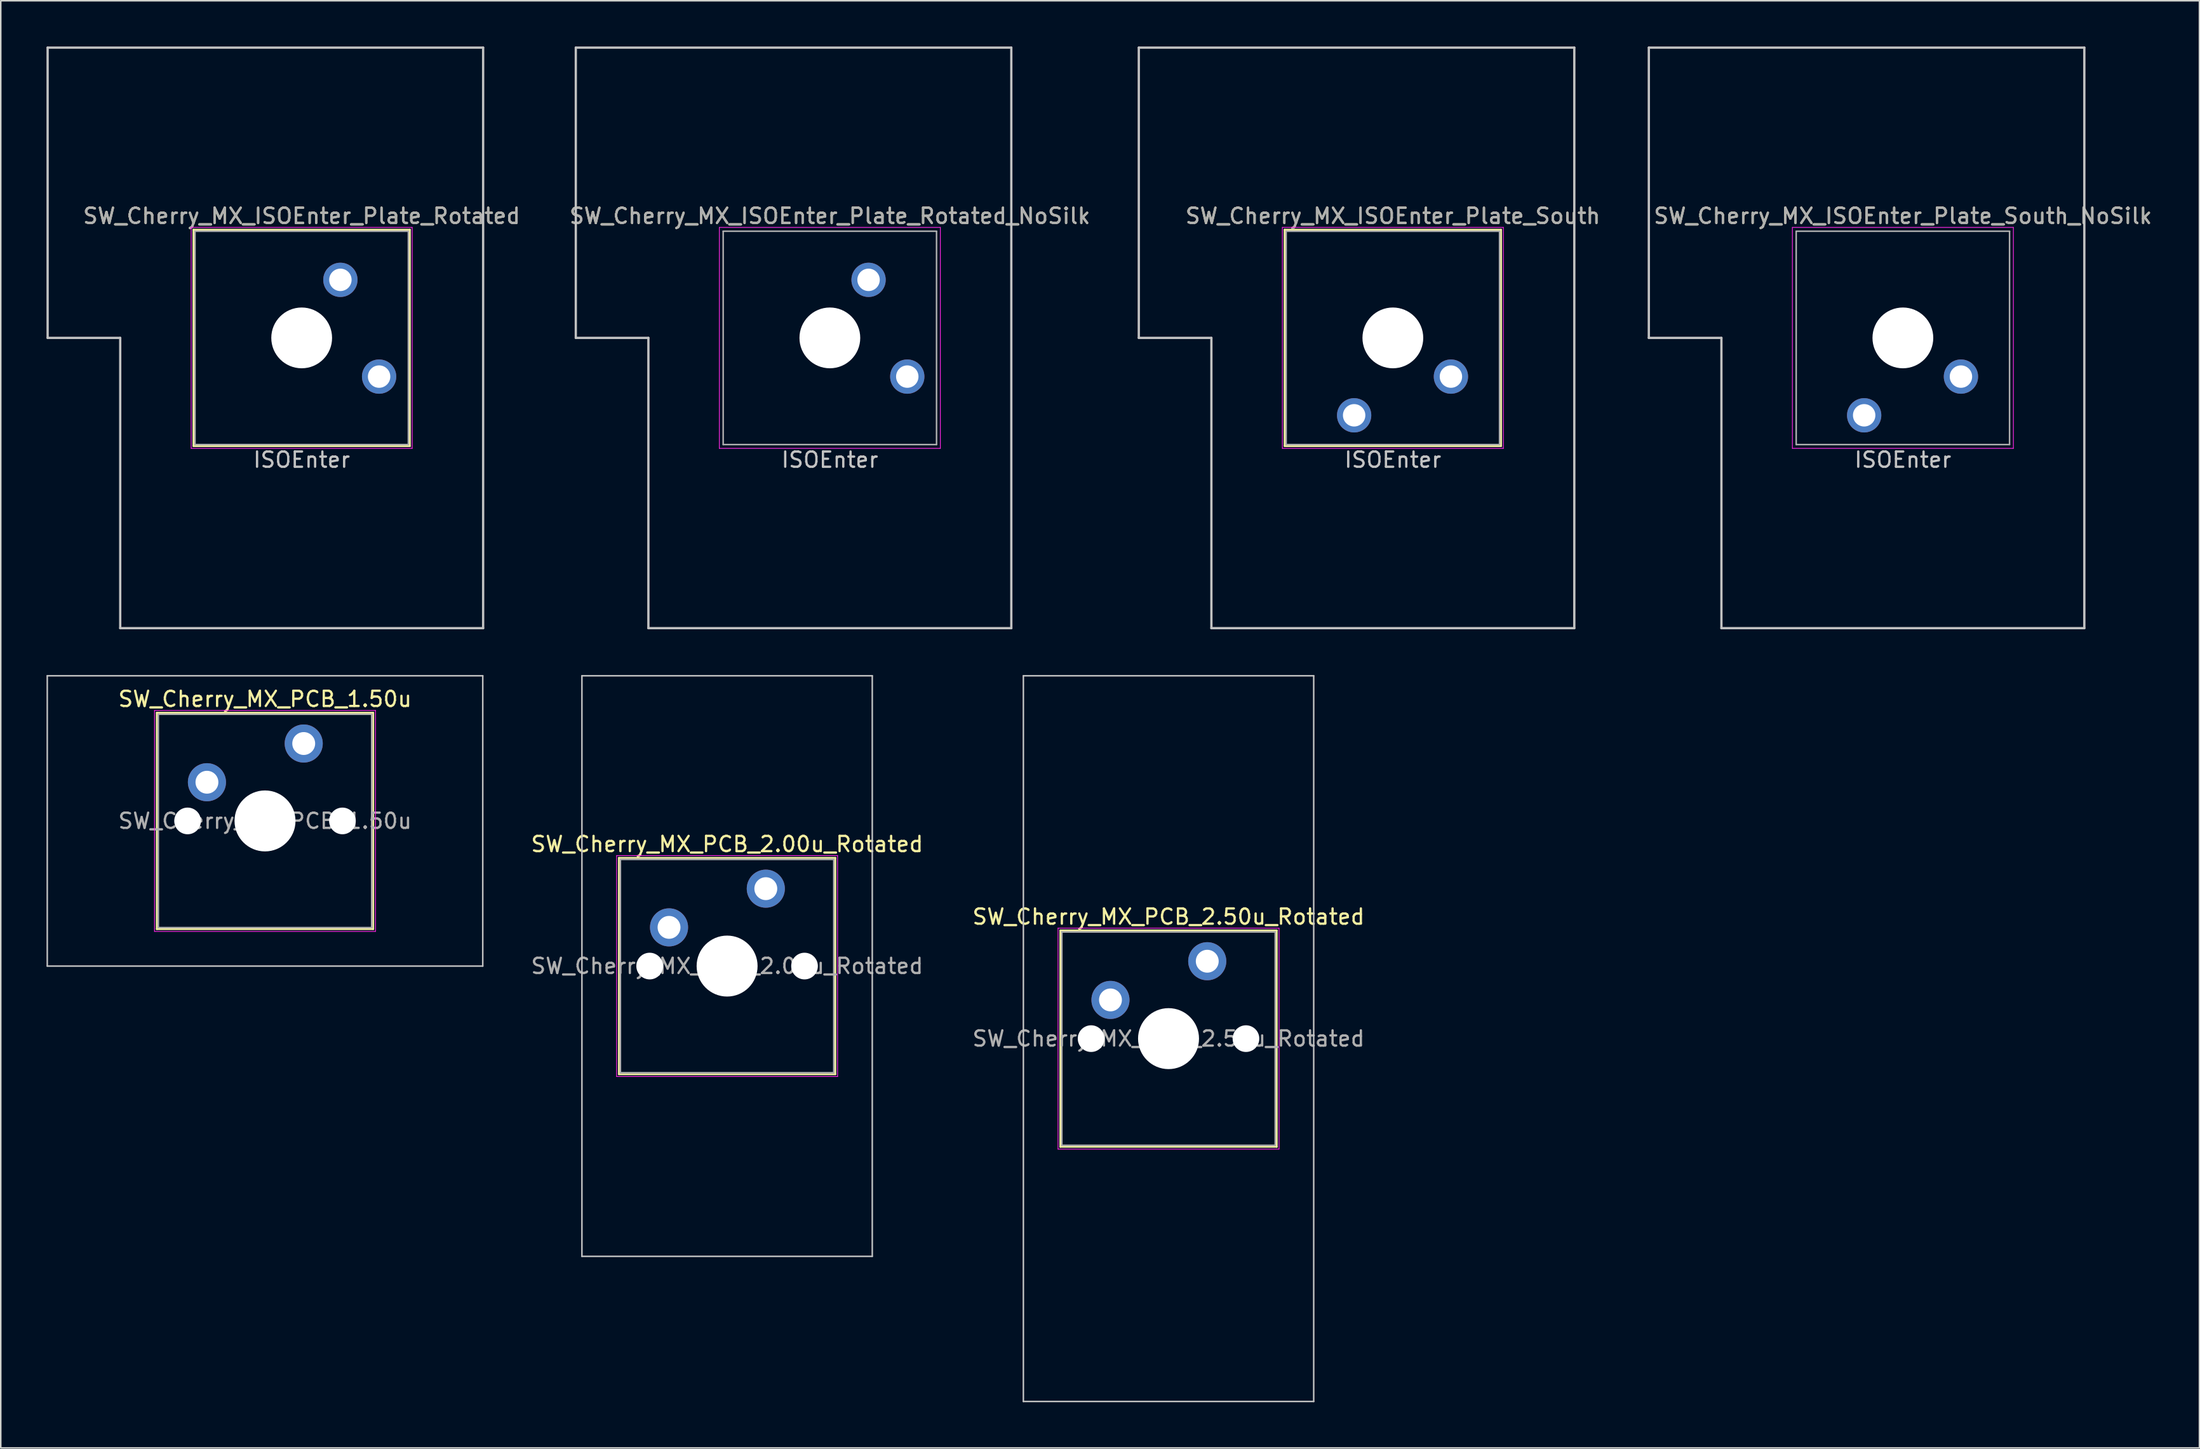
<source format=kicad_pcb>
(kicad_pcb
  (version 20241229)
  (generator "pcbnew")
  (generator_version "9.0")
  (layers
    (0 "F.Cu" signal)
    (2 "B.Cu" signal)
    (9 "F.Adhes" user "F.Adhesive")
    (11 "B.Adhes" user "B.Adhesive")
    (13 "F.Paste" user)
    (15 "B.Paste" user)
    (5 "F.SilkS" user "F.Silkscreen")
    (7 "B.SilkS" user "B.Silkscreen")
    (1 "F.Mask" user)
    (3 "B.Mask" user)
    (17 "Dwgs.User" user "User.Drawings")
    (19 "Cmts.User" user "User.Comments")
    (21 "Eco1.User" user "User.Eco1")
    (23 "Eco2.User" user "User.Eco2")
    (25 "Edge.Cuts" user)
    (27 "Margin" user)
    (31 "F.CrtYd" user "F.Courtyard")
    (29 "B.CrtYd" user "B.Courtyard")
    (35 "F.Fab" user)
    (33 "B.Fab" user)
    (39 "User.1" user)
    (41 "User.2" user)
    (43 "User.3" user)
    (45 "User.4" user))
  (footprint "SW_Cherry_MX_ISOEnter_Plate_South_NoSilk"
    (layer "F.Cu")
    (at 121.803 19.125)
    (property "Reference" "SW_Cherry_MX_ISOEnter_Plate_South_NoSilk" (at 0 -8 0) (layer "F.SilkS") (effects (font (size 1 1) (thickness 0.15))))
    (attr through_hole)
    (fp_line (start -16.669 -19.05) (end -16.669 0) (stroke (width 0.15) (type solid)) (layer "Dwgs.User"))
    (fp_line (start -16.669 -19.05) (end 11.906 -19.05) (stroke (width 0.15) (type solid)) (layer "Dwgs.User"))
    (fp_line (start -11.906 0) (end -16.669 0) (stroke (width 0.15) (type solid)) (layer "Dwgs.User"))
    (fp_line (start -11.906 19.05) (end -11.906 0) (stroke (width 0.15) (type solid)) (layer "Dwgs.User"))
    (fp_line (start -11.906 19.05) (end 11.906 19.05) (stroke (width 0.15) (type solid)) (layer "Dwgs.User"))
    (fp_line (start 11.906 -19.05) (end 11.906 19.05) (stroke (width 0.15) (type solid)) (layer "Dwgs.User"))
    (fp_line (start -7.25 -7.25) (end 7.25 -7.25) (stroke (width 0.05) (type solid)) (layer "F.CrtYd"))
    (fp_line (start -7.25 7.25) (end -7.25 -7.25) (stroke (width 0.05) (type solid)) (layer "F.CrtYd"))
    (fp_line (start 7.25 -7.25) (end 7.25 7.25) (stroke (width 0.05) (type solid)) (layer "F.CrtYd"))
    (fp_line (start 7.25 7.25) (end -7.25 7.25) (stroke (width 0.05) (type solid)) (layer "F.CrtYd"))
    (fp_line (start -7 -7) (end 7 -7) (stroke (width 0.1) (type solid)) (layer "F.Fab"))
    (fp_line (start -7 7) (end -7 -7) (stroke (width 0.1) (type solid)) (layer "F.Fab"))
    (fp_line (start 7 -7) (end 7 7) (stroke (width 0.1) (type solid)) (layer "F.Fab"))
    (fp_line (start 7 7) (end -7 7) (stroke (width 0.1) (type solid)) (layer "F.Fab"))
    (fp_text user "ISOEnter" (at 0 8 0) (layer "Dwgs.User") (effects (font (size 1 1) (thickness 0.15))))
    (fp_text user "${REFERENCE}" (at 0 -8 0) (layer "F.Fab") (effects (font (size 1 1) (thickness 0.15))))
    (pad "" np_thru_hole circle (at 0 0 180) (size 3.988 3.988) (drill 3.988) (layers "*.Cu" "*.Mask"))
    (pad "1" thru_hole circle (at 3.81 2.54 180) (size 2.25 2.25) (drill 1.47) (layers "*.Cu" "B.Mask"))
    (pad "2" thru_hole circle (at -2.54 5.08 180) (size 2.25 2.25) (drill 1.47) (layers "*.Cu" "B.Mask")))
  (footprint "SW_Cherry_MX_PCB_2.00u_Rotated"
    (layer "F.Cu")
    (at 44.657 60.35)
    (property "Reference" "SW_Cherry_MX_PCB_2.00u_Rotated" (at 0 -8 0) (layer "F.SilkS") (effects (font (size 1 1) (thickness 0.15))))
    (attr through_hole)
    (fp_line (start -7.1 -7.1) (end -7.1 7.1) (stroke (width 0.12) (type solid)) (layer "F.SilkS"))
    (fp_line (start -7.1 7.1) (end 7.1 7.1) (stroke (width 0.12) (type solid)) (layer "F.SilkS"))
    (fp_line (start 7.1 -7.1) (end -7.1 -7.1) (stroke (width 0.12) (type solid)) (layer "F.SilkS"))
    (fp_line (start 7.1 7.1) (end 7.1 -7.1) (stroke (width 0.12) (type solid)) (layer "F.SilkS"))
    (fp_line (start -9.525 -19.05) (end -9.525 19.05) (stroke (width 0.1) (type solid)) (layer "Dwgs.User"))
    (fp_line (start -9.525 19.05) (end 9.525 19.05) (stroke (width 0.1) (type solid)) (layer "Dwgs.User"))
    (fp_line (start 9.525 -19.05) (end -9.525 -19.05) (stroke (width 0.1) (type solid)) (layer "Dwgs.User"))
    (fp_line (start 9.525 19.05) (end 9.525 -19.05) (stroke (width 0.1) (type solid)) (layer "Dwgs.User"))
    (fp_line (start -7.25 -7.25) (end -7.25 7.25) (stroke (width 0.05) (type solid)) (layer "F.CrtYd"))
    (fp_line (start -7.25 7.25) (end 7.25 7.25) (stroke (width 0.05) (type solid)) (layer "F.CrtYd"))
    (fp_line (start 7.25 -7.25) (end -7.25 -7.25) (stroke (width 0.05) (type solid)) (layer "F.CrtYd"))
    (fp_line (start 7.25 7.25) (end 7.25 -7.25) (stroke (width 0.05) (type solid)) (layer "F.CrtYd"))
    (fp_line (start -7 -7) (end -7 7) (stroke (width 0.1) (type solid)) (layer "F.Fab"))
    (fp_line (start -7 7) (end 7 7) (stroke (width 0.1) (type solid)) (layer "F.Fab"))
    (fp_line (start 7 -7) (end -7 -7) (stroke (width 0.1) (type solid)) (layer "F.Fab"))
    (fp_line (start 7 7) (end 7 -7) (stroke (width 0.1) (type solid)) (layer "F.Fab"))
    (fp_text user "${REFERENCE}" (at 0 0 0) (layer "F.Fab") (effects (font (size 1 1) (thickness 0.15))))
    (pad "" np_thru_hole circle (at -5.08 0) (size 1.75 1.75) (drill 1.75) (layers "*.Cu" "*.Mask"))
    (pad "" np_thru_hole circle (at 0 0) (size 4 4) (drill 4) (layers "*.Cu" "*.Mask"))
    (pad "" np_thru_hole circle (at 5.08 0) (size 1.75 1.75) (drill 1.75) (layers "*.Cu" "*.Mask"))
    (pad "1" thru_hole circle (at -3.81 -2.54) (size 2.5 2.5) (drill 1.5) (layers "*.Cu" "B.Mask"))
    (pad "2" thru_hole circle (at 2.54 -5.08) (size 2.5 2.5) (drill 1.5) (layers "*.Cu" "B.Mask")))
  (footprint "SW_Cherry_MX_PCB_2.50u_Rotated"
    (layer "F.Cu")
    (at 73.621 65.112)
    (property "Reference" "SW_Cherry_MX_PCB_2.50u_Rotated" (at 0 -8 0) (layer "F.SilkS") (effects (font (size 1 1) (thickness 0.15))))
    (attr through_hole)
    (fp_line (start -7.1 -7.1) (end -7.1 7.1) (stroke (width 0.12) (type solid)) (layer "F.SilkS"))
    (fp_line (start -7.1 7.1) (end 7.1 7.1) (stroke (width 0.12) (type solid)) (layer "F.SilkS"))
    (fp_line (start 7.1 -7.1) (end -7.1 -7.1) (stroke (width 0.12) (type solid)) (layer "F.SilkS"))
    (fp_line (start 7.1 7.1) (end 7.1 -7.1) (stroke (width 0.12) (type solid)) (layer "F.SilkS"))
    (fp_line (start -9.525 -23.812) (end -9.525 23.812) (stroke (width 0.1) (type solid)) (layer "Dwgs.User"))
    (fp_line (start -9.525 23.812) (end 9.525 23.812) (stroke (width 0.1) (type solid)) (layer "Dwgs.User"))
    (fp_line (start 9.525 -23.812) (end -9.525 -23.812) (stroke (width 0.1) (type solid)) (layer "Dwgs.User"))
    (fp_line (start 9.525 23.812) (end 9.525 -23.812) (stroke (width 0.1) (type solid)) (layer "Dwgs.User"))
    (fp_line (start -7.25 -7.25) (end -7.25 7.25) (stroke (width 0.05) (type solid)) (layer "F.CrtYd"))
    (fp_line (start -7.25 7.25) (end 7.25 7.25) (stroke (width 0.05) (type solid)) (layer "F.CrtYd"))
    (fp_line (start 7.25 -7.25) (end -7.25 -7.25) (stroke (width 0.05) (type solid)) (layer "F.CrtYd"))
    (fp_line (start 7.25 7.25) (end 7.25 -7.25) (stroke (width 0.05) (type solid)) (layer "F.CrtYd"))
    (fp_line (start -7 -7) (end -7 7) (stroke (width 0.1) (type solid)) (layer "F.Fab"))
    (fp_line (start -7 7) (end 7 7) (stroke (width 0.1) (type solid)) (layer "F.Fab"))
    (fp_line (start 7 -7) (end -7 -7) (stroke (width 0.1) (type solid)) (layer "F.Fab"))
    (fp_line (start 7 7) (end 7 -7) (stroke (width 0.1) (type solid)) (layer "F.Fab"))
    (fp_text user "${REFERENCE}" (at 0 0 0) (layer "F.Fab") (effects (font (size 1 1) (thickness 0.15))))
    (pad "" np_thru_hole circle (at -5.08 0) (size 1.75 1.75) (drill 1.75) (layers "*.Cu" "*.Mask"))
    (pad "" np_thru_hole circle (at 0 0) (size 4 4) (drill 4) (layers "*.Cu" "*.Mask"))
    (pad "" np_thru_hole circle (at 5.08 0) (size 1.75 1.75) (drill 1.75) (layers "*.Cu" "*.Mask"))
    (pad "1" thru_hole circle (at -3.81 -2.54) (size 2.5 2.5) (drill 1.5) (layers "*.Cu" "B.Mask"))
    (pad "2" thru_hole circle (at 2.54 -5.08) (size 2.5 2.5) (drill 1.5) (layers "*.Cu" "B.Mask")))
  (footprint "SW_Cherry_MX_ISOEnter_Plate_South"
    (layer "F.Cu")
    (at 88.339 19.125)
    (property "Reference" "SW_Cherry_MX_ISOEnter_Plate_South" (at 0 -8 0) (layer "F.SilkS") (effects (font (size 1 1) (thickness 0.15))))
    (attr through_hole)
    (fp_line (start -7.1 -7.1) (end 7.1 -7.1) (stroke (width 0.12) (type solid)) (layer "F.SilkS"))
    (fp_line (start -7.1 7.1) (end -7.1 -7.1) (stroke (width 0.12) (type solid)) (layer "F.SilkS"))
    (fp_line (start 7.1 -7.1) (end 7.1 7.1) (stroke (width 0.12) (type solid)) (layer "F.SilkS"))
    (fp_line (start 7.1 7.1) (end -7.1 7.1) (stroke (width 0.12) (type solid)) (layer "F.SilkS"))
    (fp_line (start -16.669 -19.05) (end -16.669 0) (stroke (width 0.15) (type solid)) (layer "Dwgs.User"))
    (fp_line (start -16.669 -19.05) (end 11.906 -19.05) (stroke (width 0.15) (type solid)) (layer "Dwgs.User"))
    (fp_line (start -11.906 0) (end -16.669 0) (stroke (width 0.15) (type solid)) (layer "Dwgs.User"))
    (fp_line (start -11.906 19.05) (end -11.906 0) (stroke (width 0.15) (type solid)) (layer "Dwgs.User"))
    (fp_line (start -11.906 19.05) (end 11.906 19.05) (stroke (width 0.15) (type solid)) (layer "Dwgs.User"))
    (fp_line (start 11.906 -19.05) (end 11.906 19.05) (stroke (width 0.15) (type solid)) (layer "Dwgs.User"))
    (fp_line (start -7.25 -7.25) (end 7.25 -7.25) (stroke (width 0.05) (type solid)) (layer "F.CrtYd"))
    (fp_line (start -7.25 7.25) (end -7.25 -7.25) (stroke (width 0.05) (type solid)) (layer "F.CrtYd"))
    (fp_line (start 7.25 -7.25) (end 7.25 7.25) (stroke (width 0.05) (type solid)) (layer "F.CrtYd"))
    (fp_line (start 7.25 7.25) (end -7.25 7.25) (stroke (width 0.05) (type solid)) (layer "F.CrtYd"))
    (fp_line (start -7 -7) (end 7 -7) (stroke (width 0.1) (type solid)) (layer "F.Fab"))
    (fp_line (start -7 7) (end -7 -7) (stroke (width 0.1) (type solid)) (layer "F.Fab"))
    (fp_line (start 7 -7) (end 7 7) (stroke (width 0.1) (type solid)) (layer "F.Fab"))
    (fp_line (start 7 7) (end -7 7) (stroke (width 0.1) (type solid)) (layer "F.Fab"))
    (fp_text user "ISOEnter" (at 0 8 0) (layer "Dwgs.User") (effects (font (size 1 1) (thickness 0.15))))
    (fp_text user "${REFERENCE}" (at 0 -8 0) (layer "F.Fab") (effects (font (size 1 1) (thickness 0.15))))
    (pad "" np_thru_hole circle (at 0 0 180) (size 3.988 3.988) (drill 3.988) (layers "*.Cu" "*.Mask"))
    (pad "1" thru_hole circle (at 3.81 2.54 180) (size 2.25 2.25) (drill 1.47) (layers "*.Cu" "B.Mask"))
    (pad "2" thru_hole circle (at -2.54 5.08 180) (size 2.25 2.25) (drill 1.47) (layers "*.Cu" "B.Mask")))
  (footprint "SW_Cherry_MX_ISOEnter_Plate_Rotated_NoSilk"
    (layer "F.Cu")
    (at 51.399 19.125)
    (property "Reference" "SW_Cherry_MX_ISOEnter_Plate_Rotated_NoSilk" (at 0 -8 0) (layer "F.SilkS") (effects (font (size 1 1) (thickness 0.15))))
    (attr through_hole)
    (fp_line (start -16.669 -19.05) (end -16.669 0) (stroke (width 0.15) (type solid)) (layer "Dwgs.User"))
    (fp_line (start -16.669 -19.05) (end 11.906 -19.05) (stroke (width 0.15) (type solid)) (layer "Dwgs.User"))
    (fp_line (start -11.906 0) (end -16.669 0) (stroke (width 0.15) (type solid)) (layer "Dwgs.User"))
    (fp_line (start -11.906 19.05) (end -11.906 0) (stroke (width 0.15) (type solid)) (layer "Dwgs.User"))
    (fp_line (start -11.906 19.05) (end 11.906 19.05) (stroke (width 0.15) (type solid)) (layer "Dwgs.User"))
    (fp_line (start 11.906 -19.05) (end 11.906 19.05) (stroke (width 0.15) (type solid)) (layer "Dwgs.User"))
    (fp_line (start -7.25 -7.25) (end 7.25 -7.25) (stroke (width 0.05) (type solid)) (layer "F.CrtYd"))
    (fp_line (start -7.25 7.25) (end -7.25 -7.25) (stroke (width 0.05) (type solid)) (layer "F.CrtYd"))
    (fp_line (start 7.25 -7.25) (end 7.25 7.25) (stroke (width 0.05) (type solid)) (layer "F.CrtYd"))
    (fp_line (start 7.25 7.25) (end -7.25 7.25) (stroke (width 0.05) (type solid)) (layer "F.CrtYd"))
    (fp_line (start -7 -7) (end 7 -7) (stroke (width 0.1) (type solid)) (layer "F.Fab"))
    (fp_line (start -7 7) (end -7 -7) (stroke (width 0.1) (type solid)) (layer "F.Fab"))
    (fp_line (start 7 -7) (end 7 7) (stroke (width 0.1) (type solid)) (layer "F.Fab"))
    (fp_line (start 7 7) (end -7 7) (stroke (width 0.1) (type solid)) (layer "F.Fab"))
    (fp_text user "ISOEnter" (at 0 8 0) (layer "Dwgs.User") (effects (font (size 1 1) (thickness 0.15))))
    (fp_text user "${REFERENCE}" (at 0 -8 0) (layer "F.Fab") (effects (font (size 1 1) (thickness 0.15))))
    (pad "" np_thru_hole circle (at 0 0) (size 3.988 3.988) (drill 3.988) (layers "*.Cu" "*.Mask"))
    (pad "1" thru_hole circle (at 2.54 -3.81) (size 2.25 2.25) (drill 1.47) (layers "*.Cu" "B.Mask"))
    (pad "2" thru_hole circle (at 5.08 2.54) (size 2.25 2.25) (drill 1.47) (layers "*.Cu" "B.Mask")))
  (footprint "SW_Cherry_MX_PCB_1.50u"
    (layer "F.Cu")
    (at 14.338 50.825)
    (property "Reference" "SW_Cherry_MX_PCB_1.50u" (at 0 -8 0) (layer "F.SilkS") (effects (font (size 1 1) (thickness 0.15))))
    (attr through_hole)
    (fp_line (start -7.1 -7.1) (end -7.1 7.1) (stroke (width 0.12) (type solid)) (layer "F.SilkS"))
    (fp_line (start -7.1 7.1) (end 7.1 7.1) (stroke (width 0.12) (type solid)) (layer "F.SilkS"))
    (fp_line (start 7.1 -7.1) (end -7.1 -7.1) (stroke (width 0.12) (type solid)) (layer "F.SilkS"))
    (fp_line (start 7.1 7.1) (end 7.1 -7.1) (stroke (width 0.12) (type solid)) (layer "F.SilkS"))
    (fp_line (start -14.287 -9.525) (end -14.287 9.525) (stroke (width 0.1) (type solid)) (layer "Dwgs.User"))
    (fp_line (start -14.287 9.525) (end 14.287 9.525) (stroke (width 0.1) (type solid)) (layer "Dwgs.User"))
    (fp_line (start 14.287 -9.525) (end -14.287 -9.525) (stroke (width 0.1) (type solid)) (layer "Dwgs.User"))
    (fp_line (start 14.287 9.525) (end 14.287 -9.525) (stroke (width 0.1) (type solid)) (layer "Dwgs.User"))
    (fp_line (start -7.25 -7.25) (end -7.25 7.25) (stroke (width 0.05) (type solid)) (layer "F.CrtYd"))
    (fp_line (start -7.25 7.25) (end 7.25 7.25) (stroke (width 0.05) (type solid)) (layer "F.CrtYd"))
    (fp_line (start 7.25 -7.25) (end -7.25 -7.25) (stroke (width 0.05) (type solid)) (layer "F.CrtYd"))
    (fp_line (start 7.25 7.25) (end 7.25 -7.25) (stroke (width 0.05) (type solid)) (layer "F.CrtYd"))
    (fp_line (start -7 -7) (end -7 7) (stroke (width 0.1) (type solid)) (layer "F.Fab"))
    (fp_line (start -7 7) (end 7 7) (stroke (width 0.1) (type solid)) (layer "F.Fab"))
    (fp_line (start 7 -7) (end -7 -7) (stroke (width 0.1) (type solid)) (layer "F.Fab"))
    (fp_line (start 7 7) (end 7 -7) (stroke (width 0.1) (type solid)) (layer "F.Fab"))
    (fp_text user "${REFERENCE}" (at 0 0 0) (layer "F.Fab") (effects (font (size 1 1) (thickness 0.15))))
    (pad "" np_thru_hole circle (at -5.08 0) (size 1.75 1.75) (drill 1.75) (layers "*.Cu" "*.Mask"))
    (pad "" np_thru_hole circle (at 0 0) (size 4 4) (drill 4) (layers "*.Cu" "*.Mask"))
    (pad "" np_thru_hole circle (at 5.08 0) (size 1.75 1.75) (drill 1.75) (layers "*.Cu" "*.Mask"))
    (pad "1" thru_hole circle (at -3.81 -2.54) (size 2.5 2.5) (drill 1.5) (layers "*.Cu" "B.Mask"))
    (pad "2" thru_hole circle (at 2.54 -5.08) (size 2.5 2.5) (drill 1.5) (layers "*.Cu" "B.Mask")))
  (footprint "SW_Cherry_MX_ISOEnter_Plate_Rotated"
    (layer "F.Cu")
    (at 16.744 19.125)
    (property "Reference" "SW_Cherry_MX_ISOEnter_Plate_Rotated" (at 0 -8 0) (layer "F.SilkS") (effects (font (size 1 1) (thickness 0.15))))
    (attr through_hole)
    (fp_line (start -7.1 -7.1) (end 7.1 -7.1) (stroke (width 0.12) (type solid)) (layer "F.SilkS"))
    (fp_line (start -7.1 7.1) (end -7.1 -7.1) (stroke (width 0.12) (type solid)) (layer "F.SilkS"))
    (fp_line (start 7.1 -7.1) (end 7.1 7.1) (stroke (width 0.12) (type solid)) (layer "F.SilkS"))
    (fp_line (start 7.1 7.1) (end -7.1 7.1) (stroke (width 0.12) (type solid)) (layer "F.SilkS"))
    (fp_line (start -16.669 -19.05) (end -16.669 0) (stroke (width 0.15) (type solid)) (layer "Dwgs.User"))
    (fp_line (start -16.669 -19.05) (end 11.906 -19.05) (stroke (width 0.15) (type solid)) (layer "Dwgs.User"))
    (fp_line (start -11.906 0) (end -16.669 0) (stroke (width 0.15) (type solid)) (layer "Dwgs.User"))
    (fp_line (start -11.906 19.05) (end -11.906 0) (stroke (width 0.15) (type solid)) (layer "Dwgs.User"))
    (fp_line (start -11.906 19.05) (end 11.906 19.05) (stroke (width 0.15) (type solid)) (layer "Dwgs.User"))
    (fp_line (start 11.906 -19.05) (end 11.906 19.05) (stroke (width 0.15) (type solid)) (layer "Dwgs.User"))
    (fp_line (start -7.25 -7.25) (end 7.25 -7.25) (stroke (width 0.05) (type solid)) (layer "F.CrtYd"))
    (fp_line (start -7.25 7.25) (end -7.25 -7.25) (stroke (width 0.05) (type solid)) (layer "F.CrtYd"))
    (fp_line (start 7.25 -7.25) (end 7.25 7.25) (stroke (width 0.05) (type solid)) (layer "F.CrtYd"))
    (fp_line (start 7.25 7.25) (end -7.25 7.25) (stroke (width 0.05) (type solid)) (layer "F.CrtYd"))
    (fp_line (start -7 -7) (end 7 -7) (stroke (width 0.1) (type solid)) (layer "F.Fab"))
    (fp_line (start -7 7) (end -7 -7) (stroke (width 0.1) (type solid)) (layer "F.Fab"))
    (fp_line (start 7 -7) (end 7 7) (stroke (width 0.1) (type solid)) (layer "F.Fab"))
    (fp_line (start 7 7) (end -7 7) (stroke (width 0.1) (type solid)) (layer "F.Fab"))
    (fp_text user "ISOEnter" (at 0 8 0) (layer "Dwgs.User") (effects (font (size 1 1) (thickness 0.15))))
    (fp_text user "${REFERENCE}" (at 0 -8 0) (layer "F.Fab") (effects (font (size 1 1) (thickness 0.15))))
    (pad "" np_thru_hole circle (at 0 0) (size 3.988 3.988) (drill 3.988) (layers "*.Cu" "*.Mask"))
    (pad "1" thru_hole circle (at 2.54 -3.81) (size 2.25 2.25) (drill 1.47) (layers "*.Cu" "B.Mask"))
    (pad "2" thru_hole circle (at 5.08 2.54) (size 2.25 2.25) (drill 1.47) (layers "*.Cu" "B.Mask")))
  (gr_rect
    (start -3 -3)
    (end 141.261 91.975)
    (stroke (width 0.1) (type default))
    (fill no)
    (layer "Edge.Cuts")))
</source>
